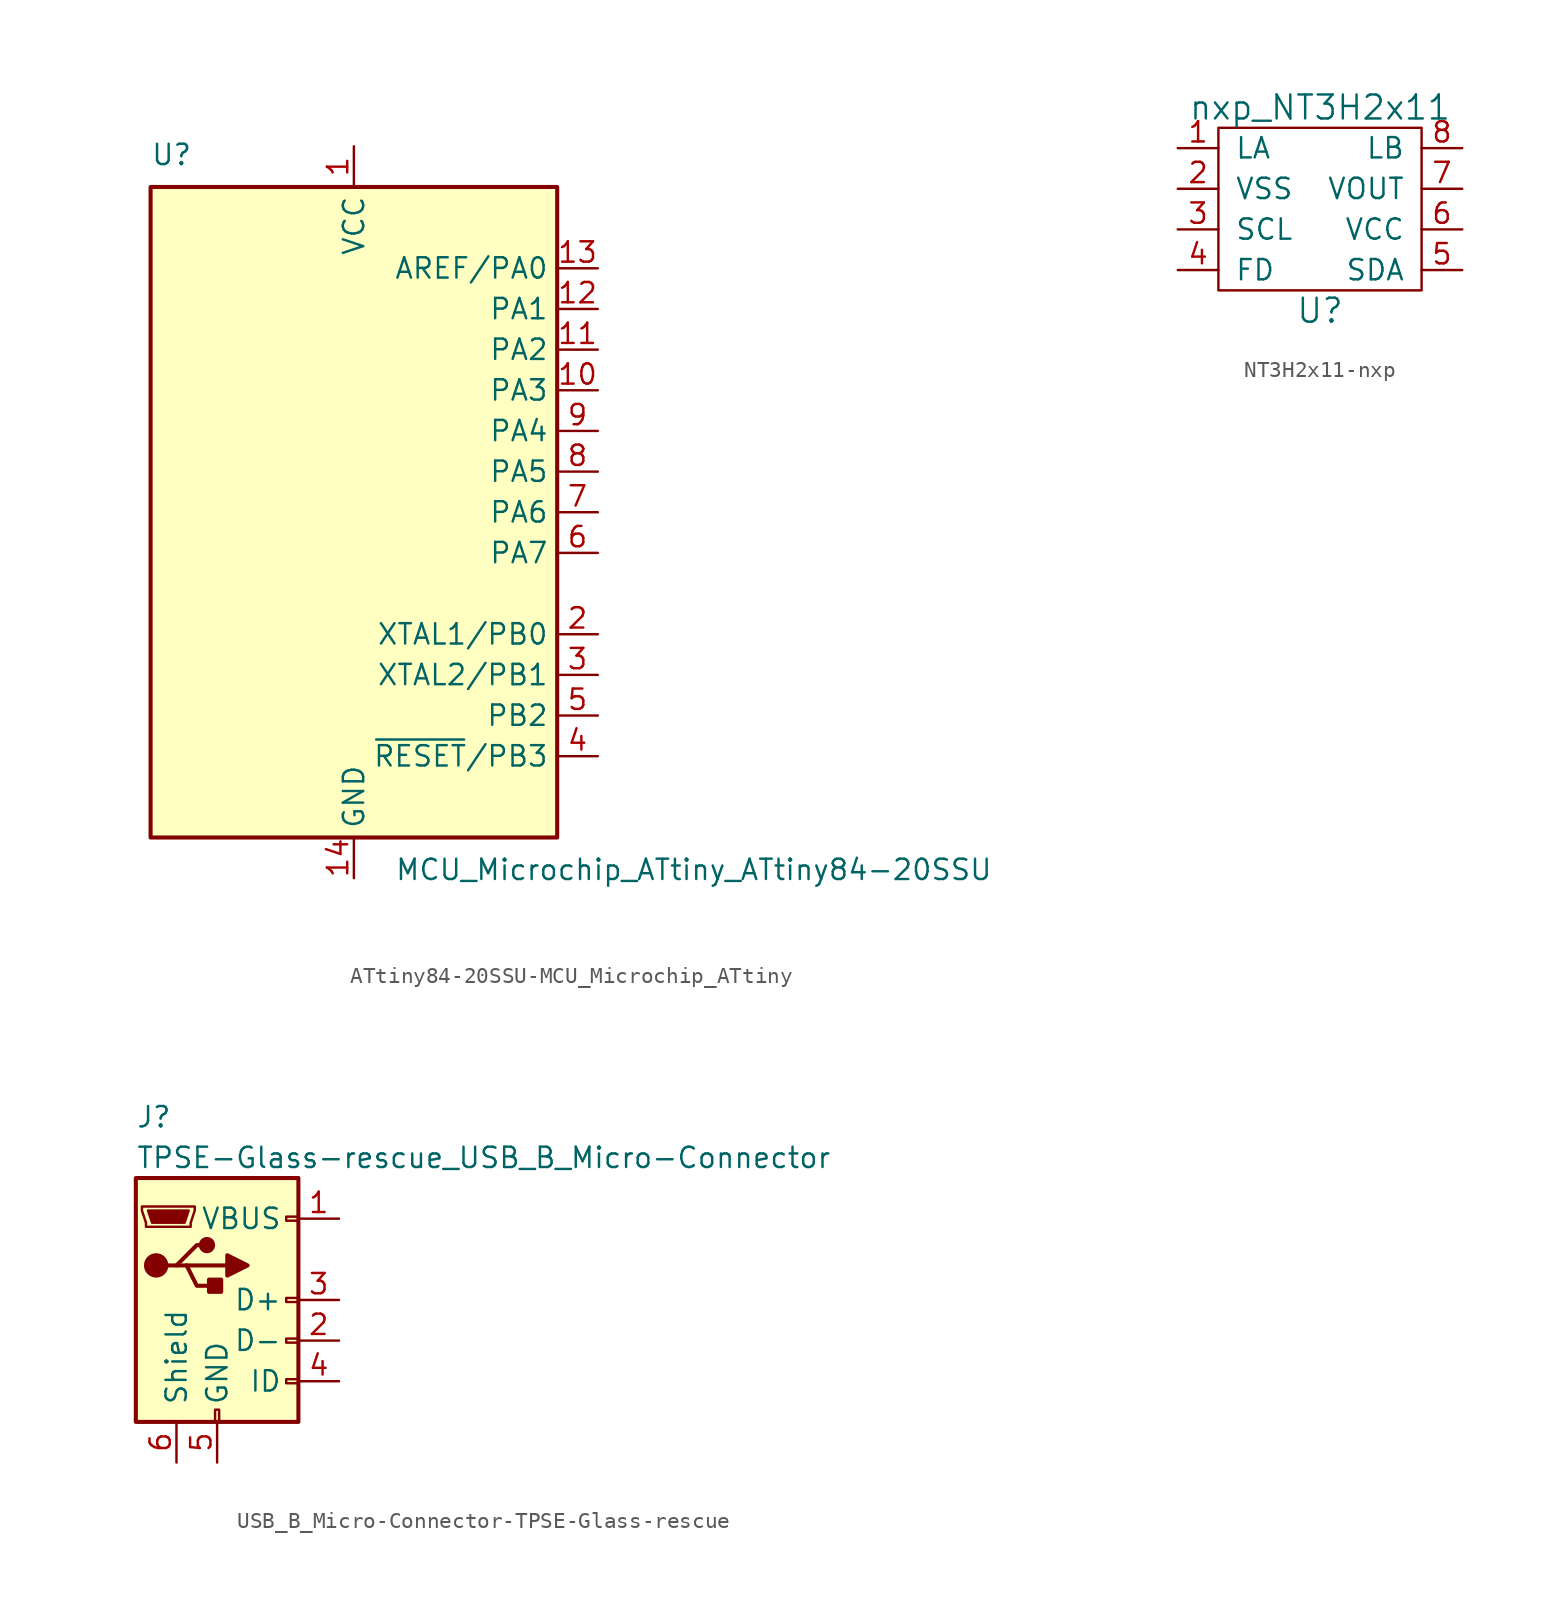
<source format=kicad_sym>
(kicad_symbol_lib
  (version 20220914)
  (generator kicad_symbol_editor)
  (symbol "ATtiny84-20SSU-MCU_Microchip_ATtiny"
    (property "Reference" "U"
      (at -12.7 21.59 0)
      (effects (font (size 1.27 1.27)) (justify left bottom)))
    (property "Value" "MCU_Microchip_ATtiny_ATtiny84-20SSU"
      (at 2.54 -21.59 0)
      (effects (font (size 1.27 1.27)) (justify left top)))
    (symbol "ATtiny84-20SSU-MCU_Microchip_ATtiny_0_1"
      (rectangle (start -12.7 -20.32) (end 12.7 20.32) (stroke (width 0.254) (type solid)) (fill (type background))))
    (symbol "ATtiny84-20SSU-MCU_Microchip_ATtiny_1_1"
      (pin power_in line (at 0 22.86 270) (length 2.54) (name "VCC" (effects (font (size 1.27 1.27)))) (number "1" (effects (font (size 1.27 1.27)))))
      (pin bidirectional line (at 15.24 7.62 180) (length 2.54) (name "PA3" (effects (font (size 1.27 1.27)))) (number "10" (effects (font (size 1.27 1.27)))))
      (pin bidirectional line (at 15.24 10.16 180) (length 2.54) (name "PA2" (effects (font (size 1.27 1.27)))) (number "11" (effects (font (size 1.27 1.27)))))
      (pin bidirectional line (at 15.24 12.7 180) (length 2.54) (name "PA1" (effects (font (size 1.27 1.27)))) (number "12" (effects (font (size 1.27 1.27)))))
      (pin bidirectional line (at 15.24 15.24 180) (length 2.54) (name "AREF/PA0" (effects (font (size 1.27 1.27)))) (number "13" (effects (font (size 1.27 1.27)))))
      (pin power_in line (at 0 -22.86 90) (length 2.54) (name "GND" (effects (font (size 1.27 1.27)))) (number "14" (effects (font (size 1.27 1.27)))))
      (pin bidirectional line (at 15.24 -7.62 180) (length 2.54) (name "XTAL1/PB0" (effects (font (size 1.27 1.27)))) (number "2" (effects (font (size 1.27 1.27)))))
      (pin bidirectional line (at 15.24 -10.16 180) (length 2.54) (name "XTAL2/PB1" (effects (font (size 1.27 1.27)))) (number "3" (effects (font (size 1.27 1.27)))))
      (pin bidirectional line (at 15.24 -15.24 180) (length 2.54) (name "~{RESET}/PB3" (effects (font (size 1.27 1.27)))) (number "4" (effects (font (size 1.27 1.27)))))
      (pin bidirectional line (at 15.24 -12.7 180) (length 2.54) (name "PB2" (effects (font (size 1.27 1.27)))) (number "5" (effects (font (size 1.27 1.27)))))
      (pin bidirectional line (at 15.24 -2.54 180) (length 2.54) (name "PA7" (effects (font (size 1.27 1.27)))) (number "6" (effects (font (size 1.27 1.27)))))
      (pin bidirectional line (at 15.24 0 180) (length 2.54) (name "PA6" (effects (font (size 1.27 1.27)))) (number "7" (effects (font (size 1.27 1.27)))))
      (pin bidirectional line (at 15.24 2.54 180) (length 2.54) (name "PA5" (effects (font (size 1.27 1.27)))) (number "8" (effects (font (size 1.27 1.27)))))
      (pin bidirectional line (at 15.24 5.08 180) (length 2.54) (name "PA4" (effects (font (size 1.27 1.27)))) (number "9" (effects (font (size 1.27 1.27)))))))
  (symbol "NT3H2x11-nxp"
    (pin_names
      (offset 1.016))
    (property "Reference" "U"
      (at 0 -6.35 0)
      (effects (font (size 1.499 1.499))))
    (property "Value" "nxp_NT3H2x11"
      (at 0 6.35 0)
      (effects (font (size 1.499 1.499))))
    (symbol "NT3H2x11-nxp_0_1"
      (rectangle (start -6.35 5.08) (end 6.35 -5.08) (stroke (width 0) (type solid)) (fill (type none))))
    (symbol "NT3H2x11-nxp_1_1"
      (pin bidirectional line (at -8.89 3.81 0) (length 2.54) (name "LA" (effects (font (size 1.27 1.27)))) (number "1" (effects (font (size 1.27 1.27)))))
      (pin power_out line (at -8.89 1.27 0) (length 2.54) (name "VSS" (effects (font (size 1.27 1.27)))) (number "2" (effects (font (size 1.27 1.27)))))
      (pin bidirectional line (at -8.89 -1.27 0) (length 2.54) (name "SCL" (effects (font (size 1.27 1.27)))) (number "3" (effects (font (size 1.27 1.27)))))
      (pin tri_state line (at -8.89 -3.81 0) (length 2.54) (name "FD" (effects (font (size 1.27 1.27)))) (number "4" (effects (font (size 1.27 1.27)))))
      (pin bidirectional line (at 8.89 -3.81 180) (length 2.54) (name "SDA" (effects (font (size 1.27 1.27)))) (number "5" (effects (font (size 1.27 1.27)))))
      (pin power_in line (at 8.89 -1.27 180) (length 2.54) (name "VCC" (effects (font (size 1.27 1.27)))) (number "6" (effects (font (size 1.27 1.27)))))
      (pin power_out line (at 8.89 1.27 180) (length 2.54) (name "VOUT" (effects (font (size 1.27 1.27)))) (number "7" (effects (font (size 1.27 1.27)))))
      (pin bidirectional line (at 8.89 3.81 180) (length 2.54) (name "LB" (effects (font (size 1.27 1.27)))) (number "8" (effects (font (size 1.27 1.27)))))))
  (symbol "USB_B_Micro-Connector-TPSE-Glass-rescue"
    (pin_names
      (offset 1.016))
    (property "Reference" "J"
      (at -5.08 11.43 0)
      (effects (font (size 1.27 1.27)) (justify left)))
    (property "Value" "TPSE-Glass-rescue_USB_B_Micro-Connector"
      (at -5.08 8.89 0)
      (effects (font (size 1.27 1.27)) (justify left)))
    (symbol "USB_B_Micro-Connector-TPSE-Glass-rescue_0_1"
      (rectangle (start -5.08 -7.62) (end 5.08 7.62) (stroke (width 0.254) (type solid)) (fill (type background)))
      (circle (center -3.81 2.159) (radius 0.635) (stroke (width 0.254) (type solid)) (fill (type outline)))
      (circle (center -0.635 3.429) (radius 0.381) (stroke (width 0.254) (type solid)) (fill (type outline)))
      (rectangle (start -0.127 -7.62) (end 0.127 -6.858) (stroke (width 0) (type solid)) (fill (type none)))
      (polyline (pts (xy -1.905 2.159) (xy 0.635 2.159)) (stroke (width 0.254) (type solid)) (fill (type none)))
      (polyline (pts (xy -3.175 2.159) (xy -2.54 2.159) (xy -1.27 3.429) (xy -0.635 3.429)) (stroke (width 0.254) (type solid)) (fill (type none)))
      (polyline (pts (xy -2.54 2.159) (xy -1.905 2.159) (xy -1.27 0.889) (xy 0 0.889)) (stroke (width 0.254) (type solid)) (fill (type none)))
      (polyline (pts (xy 0.635 2.794) (xy 0.635 1.524) (xy 1.905 2.159) (xy 0.635 2.794)) (stroke (width 0.254) (type solid)) (fill (type outline)))
      (polyline (pts (xy -4.318 5.588) (xy -1.778 5.588) (xy -2.032 4.826) (xy -4.064 4.826) (xy -4.318 5.588)) (stroke (width 0) (type solid)) (fill (type outline)))
      (polyline (pts (xy -4.699 5.842) (xy -4.699 5.588) (xy -4.445 4.826) (xy -4.445 4.572) (xy -1.651 4.572) (xy -1.651 4.826) (xy -1.397 5.588) (xy -1.397 5.842) (xy -4.699 5.842)) (stroke (width 0) (type solid)) (fill (type none)))
      (rectangle (start 0.254 1.27) (end -0.508 0.508) (stroke (width 0.254) (type solid)) (fill (type outline)))
      (rectangle (start 5.08 -5.207) (end 4.318 -4.953) (stroke (width 0) (type solid)) (fill (type none)))
      (rectangle (start 5.08 -2.667) (end 4.318 -2.413) (stroke (width 0) (type solid)) (fill (type none)))
      (rectangle (start 5.08 -0.127) (end 4.318 0.127) (stroke (width 0) (type solid)) (fill (type none)))
      (rectangle (start 5.08 4.953) (end 4.318 5.207) (stroke (width 0) (type solid)) (fill (type none))))
    (symbol "USB_B_Micro-Connector-TPSE-Glass-rescue_1_1"
      (pin power_out line (at 7.62 5.08 180) (length 2.54) (name "VBUS" (effects (font (size 1.27 1.27)))) (number "1" (effects (font (size 1.27 1.27)))))
      (pin passive line (at 7.62 -2.54 180) (length 2.54) (name "D-" (effects (font (size 1.27 1.27)))) (number "2" (effects (font (size 1.27 1.27)))))
      (pin passive line (at 7.62 0 180) (length 2.54) (name "D+" (effects (font (size 1.27 1.27)))) (number "3" (effects (font (size 1.27 1.27)))))
      (pin passive line (at 7.62 -5.08 180) (length 2.54) (name "ID" (effects (font (size 1.27 1.27)))) (number "4" (effects (font (size 1.27 1.27)))))
      (pin power_out line (at 0 -10.16 90) (length 2.54) (name "GND" (effects (font (size 1.27 1.27)))) (number "5" (effects (font (size 1.27 1.27)))))
      (pin passive line (at -2.54 -10.16 90) (length 2.54) (name "Shield" (effects (font (size 1.27 1.27)))) (number "6" (effects (font (size 1.27 1.27))))))))
</source>
